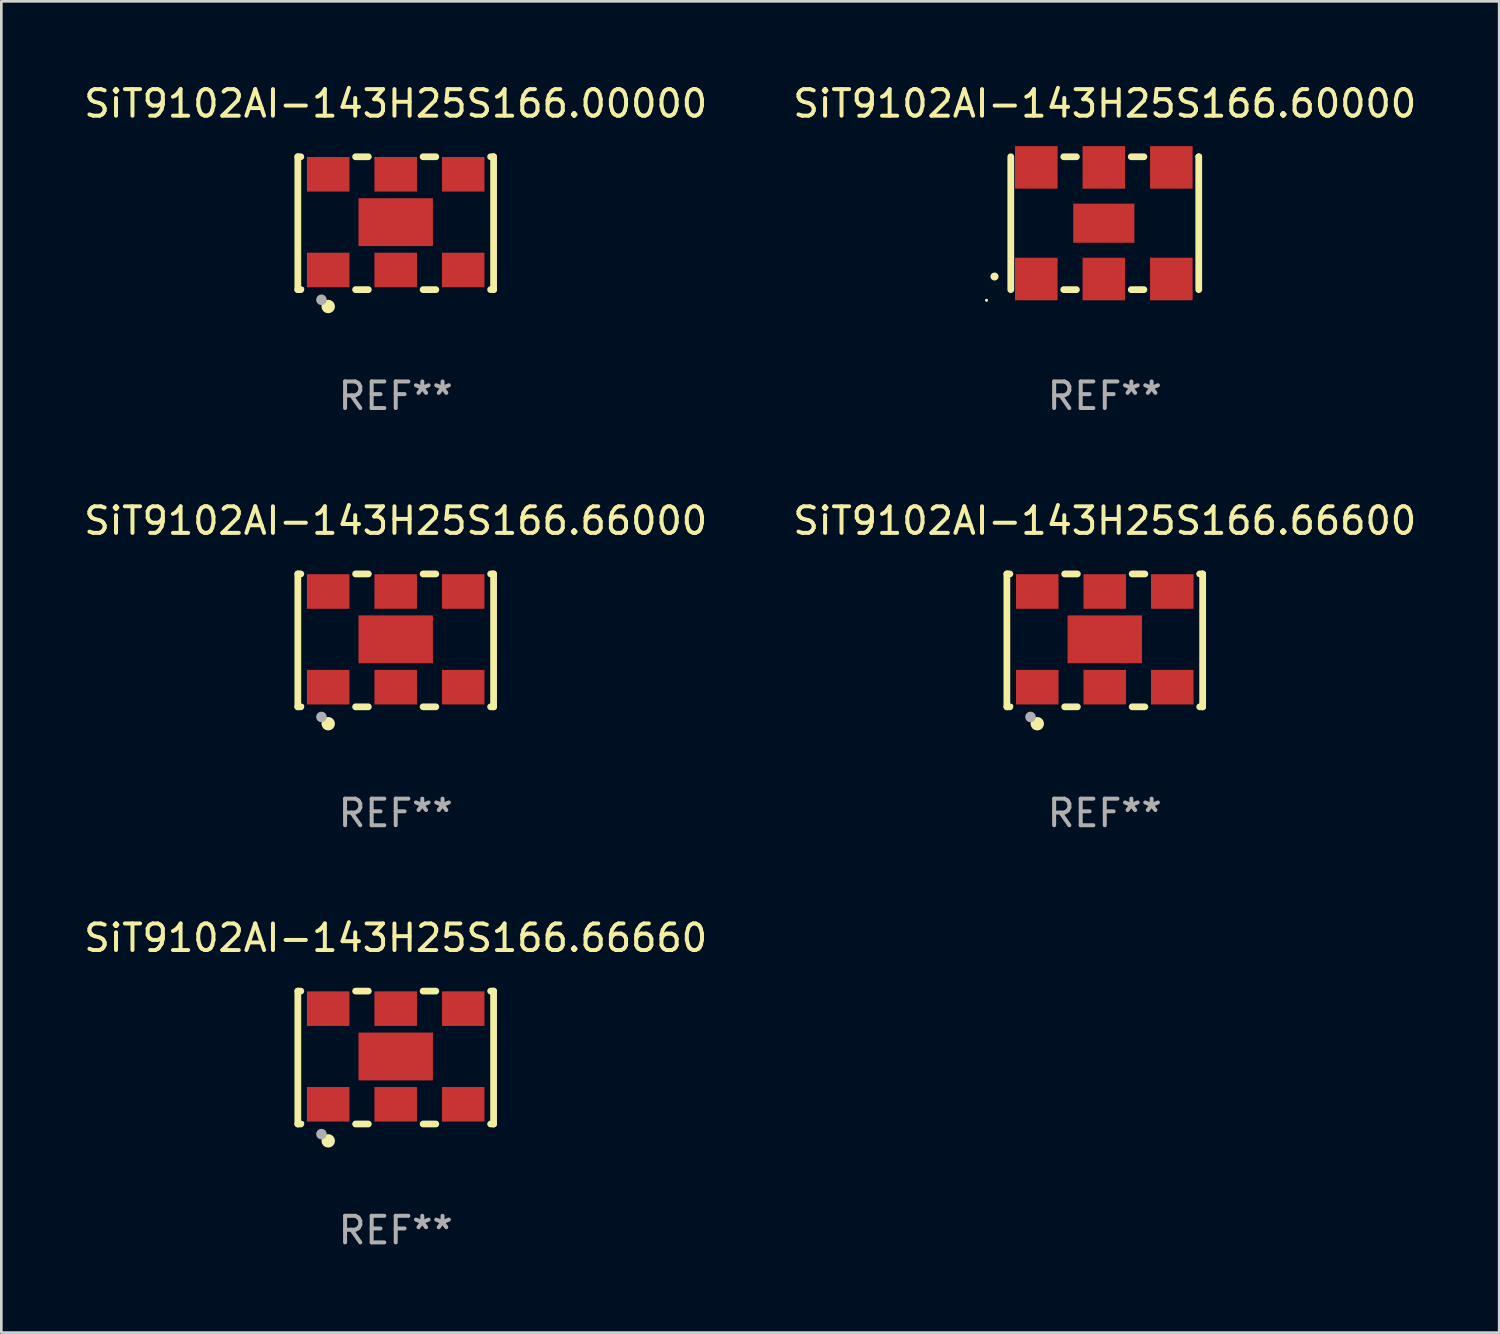
<source format=kicad_pcb>
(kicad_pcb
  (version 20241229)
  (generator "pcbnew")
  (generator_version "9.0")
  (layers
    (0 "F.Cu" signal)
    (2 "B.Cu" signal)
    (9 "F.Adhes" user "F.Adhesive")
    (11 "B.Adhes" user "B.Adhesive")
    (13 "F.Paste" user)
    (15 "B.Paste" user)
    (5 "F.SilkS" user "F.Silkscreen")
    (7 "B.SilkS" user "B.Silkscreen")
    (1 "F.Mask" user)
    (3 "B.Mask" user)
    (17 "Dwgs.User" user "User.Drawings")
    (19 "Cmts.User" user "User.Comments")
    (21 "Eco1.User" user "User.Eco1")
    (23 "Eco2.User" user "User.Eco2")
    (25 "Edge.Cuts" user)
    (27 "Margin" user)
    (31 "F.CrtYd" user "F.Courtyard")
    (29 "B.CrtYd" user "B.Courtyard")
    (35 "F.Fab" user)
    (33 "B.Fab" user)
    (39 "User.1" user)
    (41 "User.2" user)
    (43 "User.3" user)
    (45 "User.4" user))
  (footprint "SiT9102AI-143H25S166.66660"
    (layer "F.Cu")
    (at 11.839 36.741)
    (property "Reference" "SiT9102AI-143H25S166.66660" (at 0 -4.5 0) (layer "F.SilkS") (effects (font (size 1 1) (thickness 0.15))))
    (attr through_hole)
    (fp_line (start -3.683 -2.5) (end -3.571 -2.5) (stroke (width 0.254) (type solid)) (layer "F.SilkS"))
    (fp_line (start -3.683 2.5) (end -3.683 -2.5) (stroke (width 0.254) (type solid)) (layer "F.SilkS"))
    (fp_line (start -3.683 2.5) (end -3.571 2.5) (stroke (width 0.254) (type solid)) (layer "F.SilkS"))
    (fp_line (start -1.509 -2.5) (end -1.031 -2.5) (stroke (width 0.254) (type solid)) (layer "F.SilkS"))
    (fp_line (start -1.509 2.5) (end -1.031 2.5) (stroke (width 0.254) (type solid)) (layer "F.SilkS"))
    (fp_line (start 1.031 -2.5) (end 1.509 -2.5) (stroke (width 0.254) (type solid)) (layer "F.SilkS"))
    (fp_line (start 1.031 2.5) (end 1.509 2.5) (stroke (width 0.254) (type solid)) (layer "F.SilkS"))
    (fp_line (start 3.571 -2.5) (end 3.683 -2.5) (stroke (width 0.254) (type solid)) (layer "F.SilkS"))
    (fp_line (start 3.571 2.5) (end 3.683 2.5) (stroke (width 0.254) (type solid)) (layer "F.SilkS"))
    (fp_line (start 3.683 2.5) (end 3.683 -2.5) (stroke (width 0.254) (type solid)) (layer "F.SilkS"))
    (fp_circle (center -3.5 2.46) (end -3.47 2.46) (stroke (width 0.06) (type solid)) (fill no) (layer "F.SilkS"))
    (fp_circle (center -2.54 3.135) (end -2.413 3.135) (stroke (width 0.254) (type solid)) (fill no) (layer "F.SilkS"))
    (fp_circle (center -2.794 2.881) (end -2.694 2.881) (stroke (width 0.2) (type solid)) (fill no) (layer "F.Fab"))
    (fp_text user "REF**" (at 0 6.5 0) (layer "F.Fab") (effects (font (size 1 1) (thickness 0.15))))
    (pad "1" smd rect (at -2.54 1.76) (size 1.6 1.3) (layers "F.Cu" "F.Mask" "F.Paste"))
    (pad "2" smd rect (at 0 1.76) (size 1.6 1.3) (layers "F.Cu" "F.Mask" "F.Paste"))
    (pad "3" smd rect (at 2.54 1.76) (size 1.6 1.3) (layers "F.Cu" "F.Mask" "F.Paste"))
    (pad "4" smd rect (at 2.54 -1.84) (size 1.6 1.3) (layers "F.Cu" "F.Mask" "F.Paste"))
    (pad "5" smd rect (at 0 -1.84) (size 1.6 1.3) (layers "F.Cu" "F.Mask" "F.Paste"))
    (pad "6" smd rect (at -2.54 -1.84) (size 1.6 1.3) (layers "F.Cu" "F.Mask" "F.Paste"))
    (pad "7" smd rect (at 0 -0.04) (size 2.8 1.8) (layers "F.Cu" "F.Mask" "F.Paste")))
  (footprint "SiT9102AI-143H25S166.00000"
    (layer "F.Cu")
    (at 11.839 5.348)
    (property "Reference" "SiT9102AI-143H25S166.00000" (at 0 -4.5 0) (layer "F.SilkS") (effects (font (size 1 1) (thickness 0.15))))
    (attr through_hole)
    (fp_line (start -3.683 -2.5) (end -3.571 -2.5) (stroke (width 0.254) (type solid)) (layer "F.SilkS"))
    (fp_line (start -3.683 2.5) (end -3.683 -2.5) (stroke (width 0.254) (type solid)) (layer "F.SilkS"))
    (fp_line (start -3.683 2.5) (end -3.571 2.5) (stroke (width 0.254) (type solid)) (layer "F.SilkS"))
    (fp_line (start -1.509 -2.5) (end -1.031 -2.5) (stroke (width 0.254) (type solid)) (layer "F.SilkS"))
    (fp_line (start -1.509 2.5) (end -1.031 2.5) (stroke (width 0.254) (type solid)) (layer "F.SilkS"))
    (fp_line (start 1.031 -2.5) (end 1.509 -2.5) (stroke (width 0.254) (type solid)) (layer "F.SilkS"))
    (fp_line (start 1.031 2.5) (end 1.509 2.5) (stroke (width 0.254) (type solid)) (layer "F.SilkS"))
    (fp_line (start 3.571 -2.5) (end 3.683 -2.5) (stroke (width 0.254) (type solid)) (layer "F.SilkS"))
    (fp_line (start 3.571 2.5) (end 3.683 2.5) (stroke (width 0.254) (type solid)) (layer "F.SilkS"))
    (fp_line (start 3.683 2.5) (end 3.683 -2.5) (stroke (width 0.254) (type solid)) (layer "F.SilkS"))
    (fp_circle (center -3.5 2.46) (end -3.47 2.46) (stroke (width 0.06) (type solid)) (fill no) (layer "F.SilkS"))
    (fp_circle (center -2.54 3.135) (end -2.413 3.135) (stroke (width 0.254) (type solid)) (fill no) (layer "F.SilkS"))
    (fp_circle (center -2.794 2.881) (end -2.694 2.881) (stroke (width 0.2) (type solid)) (fill no) (layer "F.Fab"))
    (fp_text user "REF**" (at 0 6.5 0) (layer "F.Fab") (effects (font (size 1 1) (thickness 0.15))))
    (pad "1" smd rect (at -2.54 1.76) (size 1.6 1.3) (layers "F.Cu" "F.Mask" "F.Paste"))
    (pad "2" smd rect (at 0 1.76) (size 1.6 1.3) (layers "F.Cu" "F.Mask" "F.Paste"))
    (pad "3" smd rect (at 2.54 1.76) (size 1.6 1.3) (layers "F.Cu" "F.Mask" "F.Paste"))
    (pad "4" smd rect (at 2.54 -1.84) (size 1.6 1.3) (layers "F.Cu" "F.Mask" "F.Paste"))
    (pad "5" smd rect (at 0 -1.84) (size 1.6 1.3) (layers "F.Cu" "F.Mask" "F.Paste"))
    (pad "6" smd rect (at -2.54 -1.84) (size 1.6 1.3) (layers "F.Cu" "F.Mask" "F.Paste"))
    (pad "7" smd rect (at 0 -0.04) (size 2.8 1.8) (layers "F.Cu" "F.Mask" "F.Paste")))
  (footprint "SiT9102AI-143H25S166.66000"
    (layer "F.Cu")
    (at 11.839 21.045)
    (property "Reference" "SiT9102AI-143H25S166.66000" (at 0 -4.5 0) (layer "F.SilkS") (effects (font (size 1 1) (thickness 0.15))))
    (attr through_hole)
    (fp_line (start -3.683 -2.5) (end -3.571 -2.5) (stroke (width 0.254) (type solid)) (layer "F.SilkS"))
    (fp_line (start -3.683 2.5) (end -3.683 -2.5) (stroke (width 0.254) (type solid)) (layer "F.SilkS"))
    (fp_line (start -3.683 2.5) (end -3.571 2.5) (stroke (width 0.254) (type solid)) (layer "F.SilkS"))
    (fp_line (start -1.509 -2.5) (end -1.031 -2.5) (stroke (width 0.254) (type solid)) (layer "F.SilkS"))
    (fp_line (start -1.509 2.5) (end -1.031 2.5) (stroke (width 0.254) (type solid)) (layer "F.SilkS"))
    (fp_line (start 1.031 -2.5) (end 1.509 -2.5) (stroke (width 0.254) (type solid)) (layer "F.SilkS"))
    (fp_line (start 1.031 2.5) (end 1.509 2.5) (stroke (width 0.254) (type solid)) (layer "F.SilkS"))
    (fp_line (start 3.571 -2.5) (end 3.683 -2.5) (stroke (width 0.254) (type solid)) (layer "F.SilkS"))
    (fp_line (start 3.571 2.5) (end 3.683 2.5) (stroke (width 0.254) (type solid)) (layer "F.SilkS"))
    (fp_line (start 3.683 2.5) (end 3.683 -2.5) (stroke (width 0.254) (type solid)) (layer "F.SilkS"))
    (fp_circle (center -3.5 2.46) (end -3.47 2.46) (stroke (width 0.06) (type solid)) (fill no) (layer "F.SilkS"))
    (fp_circle (center -2.54 3.135) (end -2.413 3.135) (stroke (width 0.254) (type solid)) (fill no) (layer "F.SilkS"))
    (fp_circle (center -2.794 2.881) (end -2.694 2.881) (stroke (width 0.2) (type solid)) (fill no) (layer "F.Fab"))
    (fp_text user "REF**" (at 0 6.5 0) (layer "F.Fab") (effects (font (size 1 1) (thickness 0.15))))
    (pad "1" smd rect (at -2.54 1.76) (size 1.6 1.3) (layers "F.Cu" "F.Mask" "F.Paste"))
    (pad "2" smd rect (at 0 1.76) (size 1.6 1.3) (layers "F.Cu" "F.Mask" "F.Paste"))
    (pad "3" smd rect (at 2.54 1.76) (size 1.6 1.3) (layers "F.Cu" "F.Mask" "F.Paste"))
    (pad "4" smd rect (at 2.54 -1.84) (size 1.6 1.3) (layers "F.Cu" "F.Mask" "F.Paste"))
    (pad "5" smd rect (at 0 -1.84) (size 1.6 1.3) (layers "F.Cu" "F.Mask" "F.Paste"))
    (pad "6" smd rect (at -2.54 -1.84) (size 1.6 1.3) (layers "F.Cu" "F.Mask" "F.Paste"))
    (pad "7" smd rect (at 0 -0.04) (size 2.8 1.8) (layers "F.Cu" "F.Mask" "F.Paste")))
  (footprint "SiT9102AI-143H25S166.60000"
    (layer "F.Cu")
    (at 38.518 5.348)
    (property "Reference" "SiT9102AI-143H25S166.60000" (at 0 -4.5 0) (layer "F.SilkS") (effects (font (size 1 1) (thickness 0.15))))
    (attr through_hole)
    (fp_line (start -3.536 -2.5) (end -3.536 2.5) (stroke (width 0.254) (type solid)) (layer "F.SilkS"))
    (fp_line (start -1.544 2.5) (end -1.067 2.5) (stroke (width 0.254) (type solid)) (layer "F.SilkS"))
    (fp_line (start -1.067 -2.5) (end -1.544 -2.5) (stroke (width 0.254) (type solid)) (layer "F.SilkS"))
    (fp_line (start 0.996 2.5) (end 1.473 2.5) (stroke (width 0.254) (type solid)) (layer "F.SilkS"))
    (fp_line (start 1.473 -2.5) (end 0.996 -2.5) (stroke (width 0.254) (type solid)) (layer "F.SilkS"))
    (fp_line (start 3.536 -2.5) (end 3.536 -2.5) (stroke (width 0.254) (type solid)) (layer "F.SilkS"))
    (fp_line (start 3.536 2.5) (end 3.536 -2.5) (stroke (width 0.254) (type solid)) (layer "F.SilkS"))
    (fp_arc (start -4.150432 2.006604) (mid -4.149162 2.006599) (end -4.147892 2.006604) (stroke (width 0.3) (type solid)) (layer "F.SilkS"))
    (fp_circle (center -4.449 2.9) (end -4.419 2.9) (stroke (width 0.06) (type solid)) (fill no) (layer "F.SilkS"))
    (fp_text user "REF**" (at 0 6.5 0) (layer "F.Fab") (effects (font (size 1 1) (thickness 0.15))))
    (pad "1" smd rect (at -2.576 2.1) (size 1.6 1.6) (layers "F.Cu" "F.Mask" "F.Paste"))
    (pad "2" smd rect (at -0.036 2.1) (size 1.6 1.6) (layers "F.Cu" "F.Mask" "F.Paste"))
    (pad "3" smd rect (at 2.504 2.1) (size 1.6 1.6) (layers "F.Cu" "F.Mask" "F.Paste"))
    (pad "4" smd rect (at 2.504 -2.1) (size 1.6 1.6) (layers "F.Cu" "F.Mask" "F.Paste"))
    (pad "5" smd rect (at -0.036 -2.1) (size 1.6 1.6) (layers "F.Cu" "F.Mask" "F.Paste"))
    (pad "6" smd rect (at -2.576 -2.1) (size 1.6 1.6) (layers "F.Cu" "F.Mask" "F.Paste"))
    (pad "7" smd rect (at -0.036 0) (size 2.3 1.47) (layers "F.Cu" "F.Mask" "F.Paste")))
  (footprint "SiT9102AI-143H25S166.66600"
    (layer "F.Cu")
    (at 38.518 21.045)
    (property "Reference" "SiT9102AI-143H25S166.66600" (at 0 -4.5 0) (layer "F.SilkS") (effects (font (size 1 1) (thickness 0.15))))
    (attr through_hole)
    (fp_line (start -3.683 -2.5) (end -3.571 -2.5) (stroke (width 0.254) (type solid)) (layer "F.SilkS"))
    (fp_line (start -3.683 2.5) (end -3.683 -2.5) (stroke (width 0.254) (type solid)) (layer "F.SilkS"))
    (fp_line (start -3.683 2.5) (end -3.571 2.5) (stroke (width 0.254) (type solid)) (layer "F.SilkS"))
    (fp_line (start -1.509 -2.5) (end -1.031 -2.5) (stroke (width 0.254) (type solid)) (layer "F.SilkS"))
    (fp_line (start -1.509 2.5) (end -1.031 2.5) (stroke (width 0.254) (type solid)) (layer "F.SilkS"))
    (fp_line (start 1.031 -2.5) (end 1.509 -2.5) (stroke (width 0.254) (type solid)) (layer "F.SilkS"))
    (fp_line (start 1.031 2.5) (end 1.509 2.5) (stroke (width 0.254) (type solid)) (layer "F.SilkS"))
    (fp_line (start 3.571 -2.5) (end 3.683 -2.5) (stroke (width 0.254) (type solid)) (layer "F.SilkS"))
    (fp_line (start 3.571 2.5) (end 3.683 2.5) (stroke (width 0.254) (type solid)) (layer "F.SilkS"))
    (fp_line (start 3.683 2.5) (end 3.683 -2.5) (stroke (width 0.254) (type solid)) (layer "F.SilkS"))
    (fp_circle (center -3.5 2.46) (end -3.47 2.46) (stroke (width 0.06) (type solid)) (fill no) (layer "F.SilkS"))
    (fp_circle (center -2.54 3.135) (end -2.413 3.135) (stroke (width 0.254) (type solid)) (fill no) (layer "F.SilkS"))
    (fp_circle (center -2.794 2.881) (end -2.694 2.881) (stroke (width 0.2) (type solid)) (fill no) (layer "F.Fab"))
    (fp_text user "REF**" (at 0 6.5 0) (layer "F.Fab") (effects (font (size 1 1) (thickness 0.15))))
    (pad "1" smd rect (at -2.54 1.76) (size 1.6 1.3) (layers "F.Cu" "F.Mask" "F.Paste"))
    (pad "2" smd rect (at 0 1.76) (size 1.6 1.3) (layers "F.Cu" "F.Mask" "F.Paste"))
    (pad "3" smd rect (at 2.54 1.76) (size 1.6 1.3) (layers "F.Cu" "F.Mask" "F.Paste"))
    (pad "4" smd rect (at 2.54 -1.84) (size 1.6 1.3) (layers "F.Cu" "F.Mask" "F.Paste"))
    (pad "5" smd rect (at 0 -1.84) (size 1.6 1.3) (layers "F.Cu" "F.Mask" "F.Paste"))
    (pad "6" smd rect (at -2.54 -1.84) (size 1.6 1.3) (layers "F.Cu" "F.Mask" "F.Paste"))
    (pad "7" smd rect (at 0 -0.04) (size 2.8 1.8) (layers "F.Cu" "F.Mask" "F.Paste")))
  (gr_rect
    (start -3 -3)
    (end 53.357 47.09)
    (stroke (width 0.1) (type default))
    (fill no)
    (layer "Edge.Cuts")))
</source>
